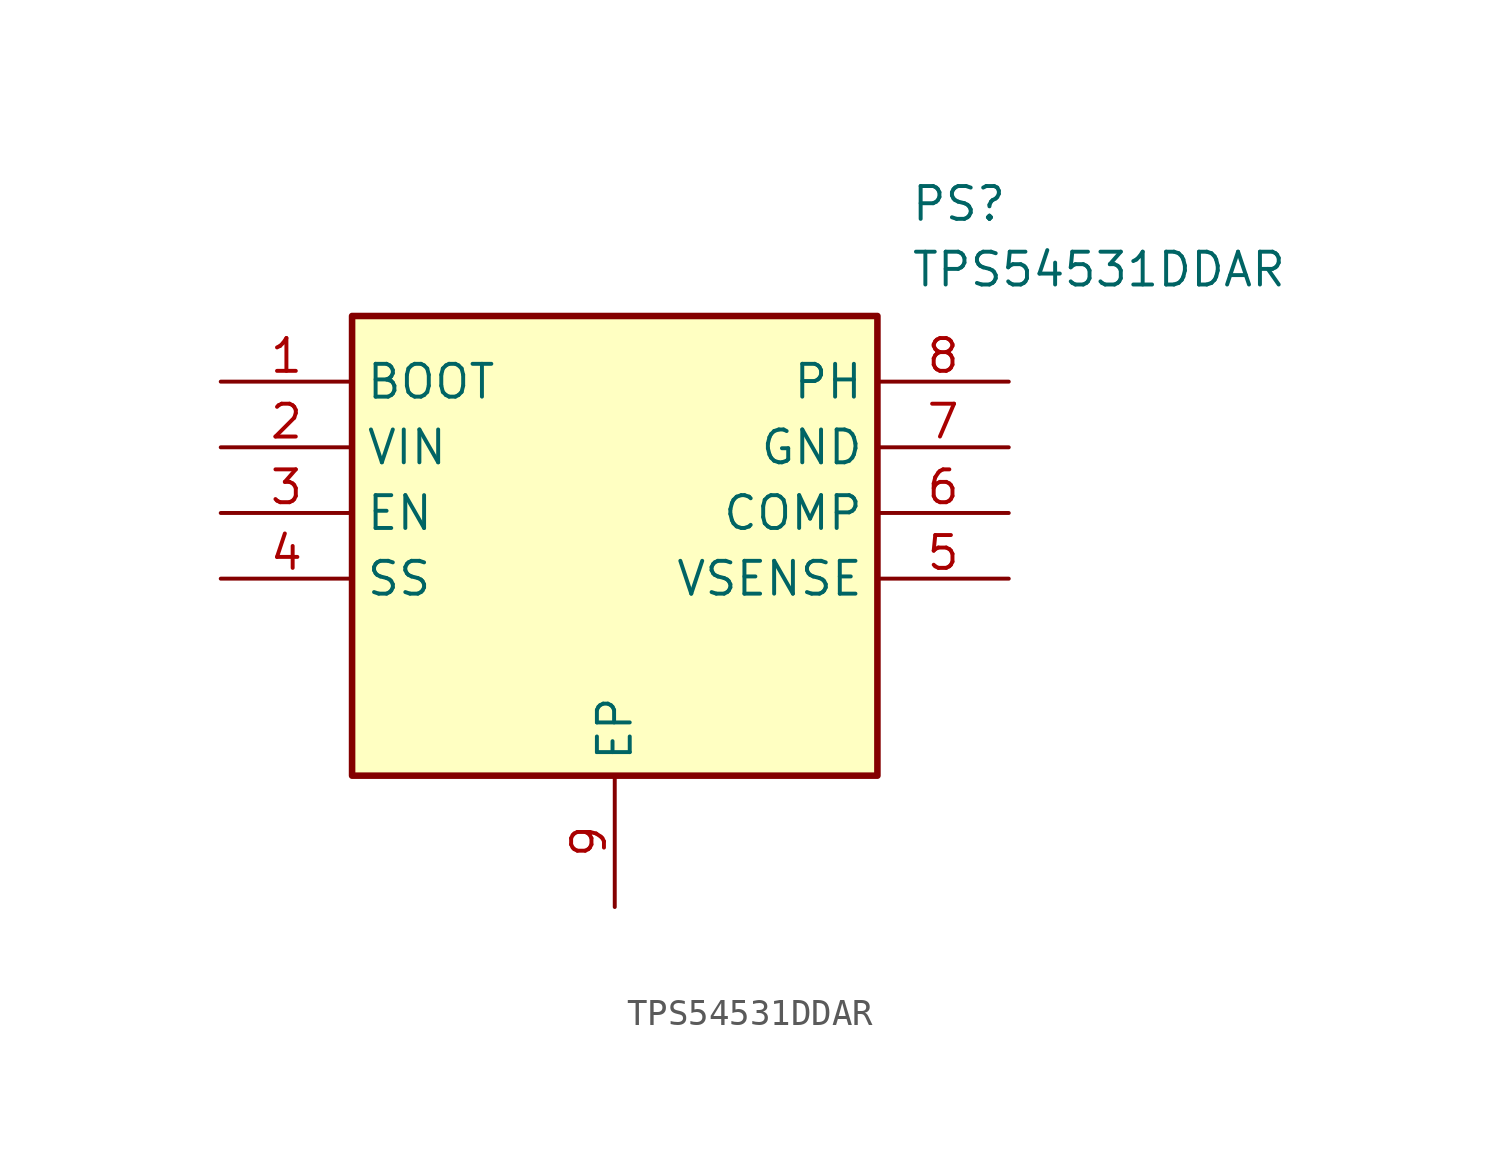
<source format=kicad_sym>
(kicad_symbol_lib
  (version 20211014)
  (generator SamacSys_ECAD_Model)
  (symbol "TPS54531DDAR"
    (property "Reference" "PS"
      (at 26.67 7.62 0)
      (effects (font (size 1.27 1.27)) (justify left top)))
    (property "Value" "TPS54531DDAR"
      (at 26.67 5.08 0)
      (effects (font (size 1.27 1.27)) (justify left top)))
    (rectangle
      (start 5.08 2.54)
      (end 25.4 -15.24)
      (stroke (width 0.254) (type default))
      (fill (type background)))
    (pin passive line
      (at 0 0 0)
      (length 5.08)
      (name "BOOT" (effects (font (size 1.27 1.27))))
      (number "1" (effects (font (size 1.27 1.27)))))
    (pin passive line
      (at 0 -2.54 0)
      (length 5.08)
      (name "VIN" (effects (font (size 1.27 1.27))))
      (number "2" (effects (font (size 1.27 1.27)))))
    (pin passive line
      (at 0 -5.08 0)
      (length 5.08)
      (name "EN" (effects (font (size 1.27 1.27))))
      (number "3" (effects (font (size 1.27 1.27)))))
    (pin passive line
      (at 0 -7.62 0)
      (length 5.08)
      (name "SS" (effects (font (size 1.27 1.27))))
      (number "4" (effects (font (size 1.27 1.27)))))
    (pin passive line
      (at 15.24 -20.32 90)
      (length 5.08)
      (name "EP" (effects (font (size 1.27 1.27))))
      (number "9" (effects (font (size 1.27 1.27)))))
    (pin passive line
      (at 30.48 0 180)
      (length 5.08)
      (name "PH" (effects (font (size 1.27 1.27))))
      (number "8" (effects (font (size 1.27 1.27)))))
    (pin passive line
      (at 30.48 -2.54 180)
      (length 5.08)
      (name "GND" (effects (font (size 1.27 1.27))))
      (number "7" (effects (font (size 1.27 1.27)))))
    (pin passive line
      (at 30.48 -5.08 180)
      (length 5.08)
      (name "COMP" (effects (font (size 1.27 1.27))))
      (number "6" (effects (font (size 1.27 1.27)))))
    (pin passive line
      (at 30.48 -7.62 180)
      (length 5.08)
      (name "VSENSE" (effects (font (size 1.27 1.27))))
      (number "5" (effects (font (size 1.27 1.27)))))))
</source>
